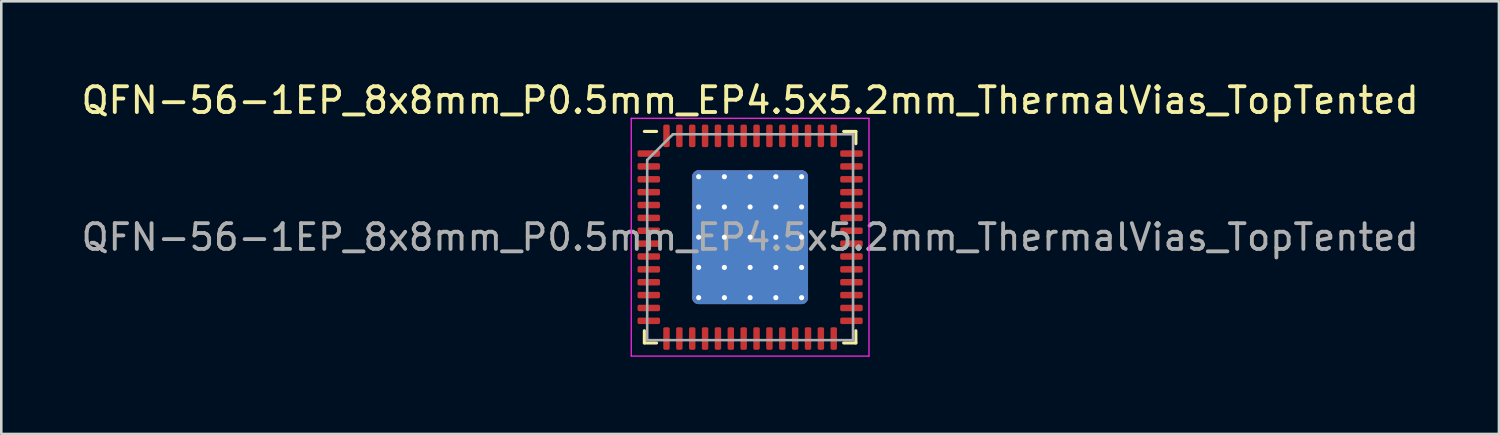
<source format=kicad_pcb>
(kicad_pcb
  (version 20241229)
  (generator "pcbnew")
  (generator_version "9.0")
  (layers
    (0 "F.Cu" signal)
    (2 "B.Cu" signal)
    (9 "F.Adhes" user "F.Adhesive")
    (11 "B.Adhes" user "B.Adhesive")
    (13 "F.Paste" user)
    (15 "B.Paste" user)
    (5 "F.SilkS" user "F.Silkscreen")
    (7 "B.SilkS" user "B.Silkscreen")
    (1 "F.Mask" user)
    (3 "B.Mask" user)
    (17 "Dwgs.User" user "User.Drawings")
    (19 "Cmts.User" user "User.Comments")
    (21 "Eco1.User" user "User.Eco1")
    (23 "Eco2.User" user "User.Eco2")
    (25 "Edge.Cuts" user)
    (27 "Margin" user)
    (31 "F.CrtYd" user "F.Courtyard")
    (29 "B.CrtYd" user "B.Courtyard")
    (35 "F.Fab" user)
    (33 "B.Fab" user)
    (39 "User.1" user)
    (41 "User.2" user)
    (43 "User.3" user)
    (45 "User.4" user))
  (footprint "QFN-56-1EP_8x8mm_P0.5mm_EP4.5x5.2mm_ThermalVias_TopTented"
    (layer "F.Cu")
    (at 26.101 6.168)
    (property "Reference" "QFN-56-1EP_8x8mm_P0.5mm_EP4.5x5.2mm_ThermalVias_TopTented" (at 0 -5.32 0) (layer "F.SilkS") (effects (font (size 1 1) (thickness 0.15))))
    (attr smd)
    (fp_line (start -4.11 4.11) (end -4.11 3.635) (stroke (width 0.12) (type solid)) (layer "F.SilkS"))
    (fp_line (start -3.635 -4.11) (end -4.11 -4.11) (stroke (width 0.12) (type solid)) (layer "F.SilkS"))
    (fp_line (start -3.635 4.11) (end -4.11 4.11) (stroke (width 0.12) (type solid)) (layer "F.SilkS"))
    (fp_line (start 3.635 -4.11) (end 4.11 -4.11) (stroke (width 0.12) (type solid)) (layer "F.SilkS"))
    (fp_line (start 3.635 4.11) (end 4.11 4.11) (stroke (width 0.12) (type solid)) (layer "F.SilkS"))
    (fp_line (start 4.11 -4.11) (end 4.11 -3.635) (stroke (width 0.12) (type solid)) (layer "F.SilkS"))
    (fp_line (start 4.11 4.11) (end 4.11 3.635) (stroke (width 0.12) (type solid)) (layer "F.SilkS"))
    (fp_line (start -4.62 -4.62) (end -4.62 4.62) (stroke (width 0.05) (type solid)) (layer "F.CrtYd"))
    (fp_line (start -4.62 4.62) (end 4.62 4.62) (stroke (width 0.05) (type solid)) (layer "F.CrtYd"))
    (fp_line (start 4.62 -4.62) (end -4.62 -4.62) (stroke (width 0.05) (type solid)) (layer "F.CrtYd"))
    (fp_line (start 4.62 4.62) (end 4.62 -4.62) (stroke (width 0.05) (type solid)) (layer "F.CrtYd"))
    (fp_line (start -4 -3) (end -3 -4) (stroke (width 0.1) (type solid)) (layer "F.Fab"))
    (fp_line (start -4 4) (end -4 -3) (stroke (width 0.1) (type solid)) (layer "F.Fab"))
    (fp_line (start -3 -4) (end 4 -4) (stroke (width 0.1) (type solid)) (layer "F.Fab"))
    (fp_line (start 4 -4) (end 4 4) (stroke (width 0.1) (type solid)) (layer "F.Fab"))
    (fp_line (start 4 4) (end -4 4) (stroke (width 0.1) (type solid)) (layer "F.Fab"))
    (fp_text user "${REFERENCE}" (at 0 0 0) (layer "F.Fab") (effects (font (size 1 1) (thickness 0.15))))
    (pad "" smd custom (at -1.5 -1.762) (size 0.776 0.776) (layers "F.Mask") (options (anchor circle)) (primitives (gr_poly (pts (xy -0.3 -0.838) (xy -0.3 -0.502) (xy 0.3 -0.502) (xy 0.3 -0.838)) (width 0) (fill yes)) (gr_poly (pts (xy -0.3 0.502) (xy -0.3 0.588) (xy 0.3 0.588) (xy 0.3 0.502)) (width 0) (fill yes)) (gr_poly (pts (xy -0.435 -0.367) (xy -0.3 -0.502) (xy 0.3 -0.502) (xy 0.435 -0.367) (xy 0.435 0.367) (xy 0.3 0.502) (xy -0.3 0.502) (xy -0.435 0.367)) (width 0) (fill yes)) (gr_poly (pts (xy -0.435 -0.367) (xy -0.75 -0.367) (xy -0.75 0.367) (xy -0.435 0.367)) (width 0) (fill yes)) (gr_poly (pts (xy 0.5 -0.367) (xy 0.435 -0.367) (xy 0.435 0.367) (xy 0.5 0.367)) (width 0) (fill yes))))
    (pad "" smd custom (at -1.5 -1.762) (size 0.776 0.776) (layers "F.Paste") (options (anchor circle)) (primitives (gr_poly (pts (xy -0.435 -0.357) (xy -0.29 -0.502) (xy 0.29 -0.502) (xy 0.435 -0.357) (xy 0.435 0.357) (xy 0.29 0.502) (xy -0.29 0.502) (xy -0.435 0.357)) (width 0) (fill yes))))
    (pad "" smd custom (at -1.5 -0.588) (size 0.776 0.776) (layers "F.Mask") (options (anchor circle)) (primitives (gr_poly (pts (xy -0.435 -0.367) (xy -0.75 -0.367) (xy -0.75 0.367) (xy -0.435 0.367)) (width 0) (fill yes)) (gr_poly (pts (xy -0.3 -0.588) (xy -0.3 -0.502) (xy 0.3 -0.502) (xy 0.3 -0.588)) (width 0) (fill yes)) (gr_poly (pts (xy -0.435 -0.367) (xy -0.3 -0.502) (xy 0.3 -0.502) (xy 0.435 -0.367) (xy 0.435 0.367) (xy 0.3 0.502) (xy -0.3 0.502) (xy -0.435 0.367)) (width 0) (fill yes)) (gr_poly (pts (xy -0.3 0.502) (xy -0.3 0.588) (xy 0.3 0.588) (xy 0.3 0.502)) (width 0) (fill yes)) (gr_poly (pts (xy 0.5 -0.367) (xy 0.435 -0.367) (xy 0.435 0.367) (xy 0.5 0.367)) (width 0) (fill yes))))
    (pad "" smd custom (at -1.5 -0.588) (size 0.776 0.776) (layers "F.Paste") (options (anchor circle)) (primitives (gr_poly (pts (xy -0.435 -0.357) (xy -0.29 -0.502) (xy 0.29 -0.502) (xy 0.435 -0.357) (xy 0.435 0.357) (xy 0.29 0.502) (xy -0.29 0.502) (xy -0.435 0.357)) (width 0) (fill yes))))
    (pad "" smd custom (at -1.5 0.588) (size 0.776 0.776) (layers "F.Mask") (options (anchor circle)) (primitives (gr_poly (pts (xy -0.435 -0.367) (xy -0.75 -0.367) (xy -0.75 0.367) (xy -0.435 0.367)) (width 0) (fill yes)) (gr_poly (pts (xy -0.3 -0.588) (xy -0.3 -0.502) (xy 0.3 -0.502) (xy 0.3 -0.588)) (width 0) (fill yes)) (gr_poly (pts (xy -0.435 -0.367) (xy -0.3 -0.502) (xy 0.3 -0.502) (xy 0.435 -0.367) (xy 0.435 0.367) (xy 0.3 0.502) (xy -0.3 0.502) (xy -0.435 0.367)) (width 0) (fill yes)) (gr_poly (pts (xy -0.3 0.502) (xy -0.3 0.588) (xy 0.3 0.588) (xy 0.3 0.502)) (width 0) (fill yes)) (gr_poly (pts (xy 0.5 -0.367) (xy 0.435 -0.367) (xy 0.435 0.367) (xy 0.5 0.367)) (width 0) (fill yes))))
    (pad "" smd custom (at -1.5 0.588) (size 0.776 0.776) (layers "F.Paste") (options (anchor circle)) (primitives (gr_poly (pts (xy -0.435 -0.357) (xy -0.29 -0.502) (xy 0.29 -0.502) (xy 0.435 -0.357) (xy 0.435 0.357) (xy 0.29 0.502) (xy -0.29 0.502) (xy -0.435 0.357)) (width 0) (fill yes))))
    (pad "" smd custom (at -1.5 1.762) (size 0.776 0.776) (layers "F.Mask") (options (anchor circle)) (primitives (gr_poly (pts (xy -0.3 0.502) (xy -0.3 0.838) (xy 0.3 0.838) (xy 0.3 0.502)) (width 0) (fill yes)) (gr_poly (pts (xy 0.5 -0.367) (xy 0.435 -0.367) (xy 0.435 0.367) (xy 0.5 0.367)) (width 0) (fill yes)) (gr_poly (pts (xy -0.435 -0.367) (xy -0.75 -0.367) (xy -0.75 0.367) (xy -0.435 0.367)) (width 0) (fill yes)) (gr_poly (pts (xy -0.435 -0.367) (xy -0.3 -0.502) (xy 0.3 -0.502) (xy 0.435 -0.367) (xy 0.435 0.367) (xy 0.3 0.502) (xy -0.3 0.502) (xy -0.435 0.367)) (width 0) (fill yes)) (gr_poly (pts (xy -0.3 -0.588) (xy -0.3 -0.502) (xy 0.3 -0.502) (xy 0.3 -0.588)) (width 0) (fill yes))))
    (pad "" smd custom (at -1.5 1.762) (size 0.776 0.776) (layers "F.Paste") (options (anchor circle)) (primitives (gr_poly (pts (xy -0.435 -0.357) (xy -0.29 -0.502) (xy 0.29 -0.502) (xy 0.435 -0.357) (xy 0.435 0.357) (xy 0.29 0.502) (xy -0.29 0.502) (xy -0.435 0.357)) (width 0) (fill yes))))
    (pad "" smd custom (at -0.5 -1.762) (size 0.776 0.776) (layers "F.Mask") (options (anchor circle)) (primitives (gr_poly (pts (xy 0.5 -0.367) (xy 0.435 -0.367) (xy 0.435 0.367) (xy 0.5 0.367)) (width 0) (fill yes)) (gr_poly (pts (xy -0.435 -0.367) (xy -0.3 -0.502) (xy 0.3 -0.502) (xy 0.435 -0.367) (xy 0.435 0.367) (xy 0.3 0.502) (xy -0.3 0.502) (xy -0.435 0.367)) (width 0) (fill yes)) (gr_poly (pts (xy -0.435 -0.367) (xy -0.5 -0.367) (xy -0.5 0.367) (xy -0.435 0.367)) (width 0) (fill yes)) (gr_poly (pts (xy -0.3 0.502) (xy -0.3 0.588) (xy 0.3 0.588) (xy 0.3 0.502)) (width 0) (fill yes)) (gr_poly (pts (xy -0.3 -0.838) (xy -0.3 -0.502) (xy 0.3 -0.502) (xy 0.3 -0.838)) (width 0) (fill yes))))
    (pad "" smd custom (at -0.5 -1.762) (size 0.776 0.776) (layers "F.Paste") (options (anchor circle)) (primitives (gr_poly (pts (xy -0.435 -0.357) (xy -0.29 -0.502) (xy 0.29 -0.502) (xy 0.435 -0.357) (xy 0.435 0.357) (xy 0.29 0.502) (xy -0.29 0.502) (xy -0.435 0.357)) (width 0) (fill yes))))
    (pad "" smd custom (at -0.5 -0.588) (size 0.776 0.776) (layers "F.Mask") (options (anchor circle)) (primitives (gr_poly (pts (xy -0.3 -0.588) (xy -0.3 -0.502) (xy 0.3 -0.502) (xy 0.3 -0.588)) (width 0) (fill yes)) (gr_poly (pts (xy -0.435 -0.367) (xy -0.3 -0.502) (xy 0.3 -0.502) (xy 0.435 -0.367) (xy 0.435 0.367) (xy 0.3 0.502) (xy -0.3 0.502) (xy -0.435 0.367)) (width 0) (fill yes)) (gr_poly (pts (xy -0.3 0.502) (xy -0.3 0.588) (xy 0.3 0.588) (xy 0.3 0.502)) (width 0) (fill yes)) (gr_poly (pts (xy -0.435 -0.367) (xy -0.5 -0.367) (xy -0.5 0.367) (xy -0.435 0.367)) (width 0) (fill yes)) (gr_poly (pts (xy 0.5 -0.367) (xy 0.435 -0.367) (xy 0.435 0.367) (xy 0.5 0.367)) (width 0) (fill yes))))
    (pad "" smd custom (at -0.5 -0.588) (size 0.776 0.776) (layers "F.Paste") (options (anchor circle)) (primitives (gr_poly (pts (xy -0.435 -0.357) (xy -0.29 -0.502) (xy 0.29 -0.502) (xy 0.435 -0.357) (xy 0.435 0.357) (xy 0.29 0.502) (xy -0.29 0.502) (xy -0.435 0.357)) (width 0) (fill yes))))
    (pad "" smd custom (at -0.5 0.588) (size 0.776 0.776) (layers "F.Mask") (options (anchor circle)) (primitives (gr_poly (pts (xy -0.3 -0.588) (xy -0.3 -0.502) (xy 0.3 -0.502) (xy 0.3 -0.588)) (width 0) (fill yes)) (gr_poly (pts (xy -0.435 -0.367) (xy -0.3 -0.502) (xy 0.3 -0.502) (xy 0.435 -0.367) (xy 0.435 0.367) (xy 0.3 0.502) (xy -0.3 0.502) (xy -0.435 0.367)) (width 0) (fill yes)) (gr_poly (pts (xy -0.3 0.502) (xy -0.3 0.588) (xy 0.3 0.588) (xy 0.3 0.502)) (width 0) (fill yes)) (gr_poly (pts (xy -0.435 -0.367) (xy -0.5 -0.367) (xy -0.5 0.367) (xy -0.435 0.367)) (width 0) (fill yes)) (gr_poly (pts (xy 0.5 -0.367) (xy 0.435 -0.367) (xy 0.435 0.367) (xy 0.5 0.367)) (width 0) (fill yes))))
    (pad "" smd custom (at -0.5 0.588) (size 0.776 0.776) (layers "F.Paste") (options (anchor circle)) (primitives (gr_poly (pts (xy -0.435 -0.357) (xy -0.29 -0.502) (xy 0.29 -0.502) (xy 0.435 -0.357) (xy 0.435 0.357) (xy 0.29 0.502) (xy -0.29 0.502) (xy -0.435 0.357)) (width 0) (fill yes))))
    (pad "" smd custom (at -0.5 1.762) (size 0.776 0.776) (layers "F.Mask") (options (anchor circle)) (primitives (gr_poly (pts (xy -0.3 -0.588) (xy -0.3 -0.502) (xy 0.3 -0.502) (xy 0.3 -0.588)) (width 0) (fill yes)) (gr_poly (pts (xy -0.3 0.502) (xy -0.3 0.838) (xy 0.3 0.838) (xy 0.3 0.502)) (width 0) (fill yes)) (gr_poly (pts (xy -0.435 -0.367) (xy -0.3 -0.502) (xy 0.3 -0.502) (xy 0.435 -0.367) (xy 0.435 0.367) (xy 0.3 0.502) (xy -0.3 0.502) (xy -0.435 0.367)) (width 0) (fill yes)) (gr_poly (pts (xy 0.5 -0.367) (xy 0.435 -0.367) (xy 0.435 0.367) (xy 0.5 0.367)) (width 0) (fill yes)) (gr_poly (pts (xy -0.435 -0.367) (xy -0.5 -0.367) (xy -0.5 0.367) (xy -0.435 0.367)) (width 0) (fill yes))))
    (pad "" smd custom (at -0.5 1.762) (size 0.776 0.776) (layers "F.Paste") (options (anchor circle)) (primitives (gr_poly (pts (xy -0.435 -0.357) (xy -0.29 -0.502) (xy 0.29 -0.502) (xy 0.435 -0.357) (xy 0.435 0.357) (xy 0.29 0.502) (xy -0.29 0.502) (xy -0.435 0.357)) (width 0) (fill yes))))
    (pad "" smd custom (at 0.5 -1.762) (size 0.776 0.776) (layers "F.Mask") (options (anchor circle)) (primitives (gr_poly (pts (xy 0.5 -0.367) (xy 0.435 -0.367) (xy 0.435 0.367) (xy 0.5 0.367)) (width 0) (fill yes)) (gr_poly (pts (xy -0.435 -0.367) (xy -0.3 -0.502) (xy 0.3 -0.502) (xy 0.435 -0.367) (xy 0.435 0.367) (xy 0.3 0.502) (xy -0.3 0.502) (xy -0.435 0.367)) (width 0) (fill yes)) (gr_poly (pts (xy -0.435 -0.367) (xy -0.5 -0.367) (xy -0.5 0.367) (xy -0.435 0.367)) (width 0) (fill yes)) (gr_poly (pts (xy -0.3 0.502) (xy -0.3 0.588) (xy 0.3 0.588) (xy 0.3 0.502)) (width 0) (fill yes)) (gr_poly (pts (xy -0.3 -0.838) (xy -0.3 -0.502) (xy 0.3 -0.502) (xy 0.3 -0.838)) (width 0) (fill yes))))
    (pad "" smd custom (at 0.5 -1.762) (size 0.776 0.776) (layers "F.Paste") (options (anchor circle)) (primitives (gr_poly (pts (xy -0.435 -0.357) (xy -0.29 -0.502) (xy 0.29 -0.502) (xy 0.435 -0.357) (xy 0.435 0.357) (xy 0.29 0.502) (xy -0.29 0.502) (xy -0.435 0.357)) (width 0) (fill yes))))
    (pad "" smd custom (at 0.5 -0.588) (size 0.776 0.776) (layers "F.Mask") (options (anchor circle)) (primitives (gr_poly (pts (xy -0.3 -0.588) (xy -0.3 -0.502) (xy 0.3 -0.502) (xy 0.3 -0.588)) (width 0) (fill yes)) (gr_poly (pts (xy -0.435 -0.367) (xy -0.3 -0.502) (xy 0.3 -0.502) (xy 0.435 -0.367) (xy 0.435 0.367) (xy 0.3 0.502) (xy -0.3 0.502) (xy -0.435 0.367)) (width 0) (fill yes)) (gr_poly (pts (xy -0.3 0.502) (xy -0.3 0.588) (xy 0.3 0.588) (xy 0.3 0.502)) (width 0) (fill yes)) (gr_poly (pts (xy -0.435 -0.367) (xy -0.5 -0.367) (xy -0.5 0.367) (xy -0.435 0.367)) (width 0) (fill yes)) (gr_poly (pts (xy 0.5 -0.367) (xy 0.435 -0.367) (xy 0.435 0.367) (xy 0.5 0.367)) (width 0) (fill yes))))
    (pad "" smd custom (at 0.5 -0.588) (size 0.776 0.776) (layers "F.Paste") (options (anchor circle)) (primitives (gr_poly (pts (xy -0.435 -0.357) (xy -0.29 -0.502) (xy 0.29 -0.502) (xy 0.435 -0.357) (xy 0.435 0.357) (xy 0.29 0.502) (xy -0.29 0.502) (xy -0.435 0.357)) (width 0) (fill yes))))
    (pad "" smd custom (at 0.5 0.588) (size 0.776 0.776) (layers "F.Mask") (options (anchor circle)) (primitives (gr_poly (pts (xy -0.3 -0.588) (xy -0.3 -0.502) (xy 0.3 -0.502) (xy 0.3 -0.588)) (width 0) (fill yes)) (gr_poly (pts (xy -0.435 -0.367) (xy -0.3 -0.502) (xy 0.3 -0.502) (xy 0.435 -0.367) (xy 0.435 0.367) (xy 0.3 0.502) (xy -0.3 0.502) (xy -0.435 0.367)) (width 0) (fill yes)) (gr_poly (pts (xy -0.3 0.502) (xy -0.3 0.588) (xy 0.3 0.588) (xy 0.3 0.502)) (width 0) (fill yes)) (gr_poly (pts (xy -0.435 -0.367) (xy -0.5 -0.367) (xy -0.5 0.367) (xy -0.435 0.367)) (width 0) (fill yes)) (gr_poly (pts (xy 0.5 -0.367) (xy 0.435 -0.367) (xy 0.435 0.367) (xy 0.5 0.367)) (width 0) (fill yes))))
    (pad "" smd custom (at 0.5 0.588) (size 0.776 0.776) (layers "F.Paste") (options (anchor circle)) (primitives (gr_poly (pts (xy -0.435 -0.357) (xy -0.29 -0.502) (xy 0.29 -0.502) (xy 0.435 -0.357) (xy 0.435 0.357) (xy 0.29 0.502) (xy -0.29 0.502) (xy -0.435 0.357)) (width 0) (fill yes))))
    (pad "" smd custom (at 0.5 1.762) (size 0.776 0.776) (layers "F.Mask") (options (anchor circle)) (primitives (gr_poly (pts (xy -0.3 -0.588) (xy -0.3 -0.502) (xy 0.3 -0.502) (xy 0.3 -0.588)) (width 0) (fill yes)) (gr_poly (pts (xy -0.3 0.502) (xy -0.3 0.838) (xy 0.3 0.838) (xy 0.3 0.502)) (width 0) (fill yes)) (gr_poly (pts (xy -0.435 -0.367) (xy -0.3 -0.502) (xy 0.3 -0.502) (xy 0.435 -0.367) (xy 0.435 0.367) (xy 0.3 0.502) (xy -0.3 0.502) (xy -0.435 0.367)) (width 0) (fill yes)) (gr_poly (pts (xy 0.5 -0.367) (xy 0.435 -0.367) (xy 0.435 0.367) (xy 0.5 0.367)) (width 0) (fill yes)) (gr_poly (pts (xy -0.435 -0.367) (xy -0.5 -0.367) (xy -0.5 0.367) (xy -0.435 0.367)) (width 0) (fill yes))))
    (pad "" smd custom (at 0.5 1.762) (size 0.776 0.776) (layers "F.Paste") (options (anchor circle)) (primitives (gr_poly (pts (xy -0.435 -0.357) (xy -0.29 -0.502) (xy 0.29 -0.502) (xy 0.435 -0.357) (xy 0.435 0.357) (xy 0.29 0.502) (xy -0.29 0.502) (xy -0.435 0.357)) (width 0) (fill yes))))
    (pad "" smd custom (at 1.5 -1.762) (size 0.776 0.776) (layers "F.Mask") (options (anchor circle)) (primitives (gr_poly (pts (xy -0.435 -0.367) (xy -0.5 -0.367) (xy -0.5 0.367) (xy -0.435 0.367)) (width 0) (fill yes)) (gr_poly (pts (xy 0.75 -0.367) (xy 0.435 -0.367) (xy 0.435 0.367) (xy 0.75 0.367)) (width 0) (fill yes)) (gr_poly (pts (xy -0.435 -0.367) (xy -0.3 -0.502) (xy 0.3 -0.502) (xy 0.435 -0.367) (xy 0.435 0.367) (xy 0.3 0.502) (xy -0.3 0.502) (xy -0.435 0.367)) (width 0) (fill yes)) (gr_poly (pts (xy -0.3 0.502) (xy -0.3 0.588) (xy 0.3 0.588) (xy 0.3 0.502)) (width 0) (fill yes)) (gr_poly (pts (xy -0.3 -0.838) (xy -0.3 -0.502) (xy 0.3 -0.502) (xy 0.3 -0.838)) (width 0) (fill yes))))
    (pad "" smd custom (at 1.5 -1.762) (size 0.776 0.776) (layers "F.Paste") (options (anchor circle)) (primitives (gr_poly (pts (xy -0.435 -0.357) (xy -0.29 -0.502) (xy 0.29 -0.502) (xy 0.435 -0.357) (xy 0.435 0.357) (xy 0.29 0.502) (xy -0.29 0.502) (xy -0.435 0.357)) (width 0) (fill yes))))
    (pad "" smd custom (at 1.5 -0.588) (size 0.776 0.776) (layers "F.Mask") (options (anchor circle)) (primitives (gr_poly (pts (xy 0.75 -0.367) (xy 0.435 -0.367) (xy 0.435 0.367) (xy 0.75 0.367)) (width 0) (fill yes)) (gr_poly (pts (xy -0.435 -0.367) (xy -0.5 -0.367) (xy -0.5 0.367) (xy -0.435 0.367)) (width 0) (fill yes)) (gr_poly (pts (xy -0.435 -0.367) (xy -0.3 -0.502) (xy 0.3 -0.502) (xy 0.435 -0.367) (xy 0.435 0.367) (xy 0.3 0.502) (xy -0.3 0.502) (xy -0.435 0.367)) (width 0) (fill yes)) (gr_poly (pts (xy -0.3 0.502) (xy -0.3 0.588) (xy 0.3 0.588) (xy 0.3 0.502)) (width 0) (fill yes)) (gr_poly (pts (xy -0.3 -0.588) (xy -0.3 -0.502) (xy 0.3 -0.502) (xy 0.3 -0.588)) (width 0) (fill yes))))
    (pad "" smd custom (at 1.5 -0.588) (size 0.776 0.776) (layers "F.Paste") (options (anchor circle)) (primitives (gr_poly (pts (xy -0.435 -0.357) (xy -0.29 -0.502) (xy 0.29 -0.502) (xy 0.435 -0.357) (xy 0.435 0.357) (xy 0.29 0.502) (xy -0.29 0.502) (xy -0.435 0.357)) (width 0) (fill yes))))
    (pad "" smd custom (at 1.5 0.588) (size 0.776 0.776) (layers "F.Mask") (options (anchor circle)) (primitives (gr_poly (pts (xy 0.75 -0.367) (xy 0.435 -0.367) (xy 0.435 0.367) (xy 0.75 0.367)) (width 0) (fill yes)) (gr_poly (pts (xy -0.435 -0.367) (xy -0.5 -0.367) (xy -0.5 0.367) (xy -0.435 0.367)) (width 0) (fill yes)) (gr_poly (pts (xy -0.435 -0.367) (xy -0.3 -0.502) (xy 0.3 -0.502) (xy 0.435 -0.367) (xy 0.435 0.367) (xy 0.3 0.502) (xy -0.3 0.502) (xy -0.435 0.367)) (width 0) (fill yes)) (gr_poly (pts (xy -0.3 0.502) (xy -0.3 0.588) (xy 0.3 0.588) (xy 0.3 0.502)) (width 0) (fill yes)) (gr_poly (pts (xy -0.3 -0.588) (xy -0.3 -0.502) (xy 0.3 -0.502) (xy 0.3 -0.588)) (width 0) (fill yes))))
    (pad "" smd custom (at 1.5 0.588) (size 0.776 0.776) (layers "F.Paste") (options (anchor circle)) (primitives (gr_poly (pts (xy -0.435 -0.357) (xy -0.29 -0.502) (xy 0.29 -0.502) (xy 0.435 -0.357) (xy 0.435 0.357) (xy 0.29 0.502) (xy -0.29 0.502) (xy -0.435 0.357)) (width 0) (fill yes))))
    (pad "" smd custom (at 1.5 1.762) (size 0.776 0.776) (layers "F.Mask") (options (anchor circle)) (primitives (gr_poly (pts (xy -0.3 -0.588) (xy -0.3 -0.502) (xy 0.3 -0.502) (xy 0.3 -0.588)) (width 0) (fill yes)) (gr_poly (pts (xy 0.75 -0.367) (xy 0.435 -0.367) (xy 0.435 0.367) (xy 0.75 0.367)) (width 0) (fill yes)) (gr_poly (pts (xy -0.435 -0.367) (xy -0.3 -0.502) (xy 0.3 -0.502) (xy 0.435 -0.367) (xy 0.435 0.367) (xy 0.3 0.502) (xy -0.3 0.502) (xy -0.435 0.367)) (width 0) (fill yes)) (gr_poly (pts (xy -0.3 0.502) (xy -0.3 0.838) (xy 0.3 0.838) (xy 0.3 0.502)) (width 0) (fill yes)) (gr_poly (pts (xy -0.435 -0.367) (xy -0.5 -0.367) (xy -0.5 0.367) (xy -0.435 0.367)) (width 0) (fill yes))))
    (pad "" smd custom (at 1.5 1.762) (size 0.776 0.776) (layers "F.Paste") (options (anchor circle)) (primitives (gr_poly (pts (xy -0.435 -0.357) (xy -0.29 -0.502) (xy 0.29 -0.502) (xy 0.435 -0.357) (xy 0.435 0.357) (xy 0.29 0.502) (xy -0.29 0.502) (xy -0.435 0.357)) (width 0) (fill yes))))
    (pad "1" smd roundrect (at -3.938 -3.25) (size 0.875 0.25) (layers "F.Cu" "F.Mask" "F.Paste") (roundrect_rratio 0.25))
    (pad "2" smd roundrect (at -3.938 -2.75) (size 0.875 0.25) (layers "F.Cu" "F.Mask" "F.Paste") (roundrect_rratio 0.25))
    (pad "3" smd roundrect (at -3.938 -2.25) (size 0.875 0.25) (layers "F.Cu" "F.Mask" "F.Paste") (roundrect_rratio 0.25))
    (pad "4" smd roundrect (at -3.938 -1.75) (size 0.875 0.25) (layers "F.Cu" "F.Mask" "F.Paste") (roundrect_rratio 0.25))
    (pad "5" smd roundrect (at -3.938 -1.25) (size 0.875 0.25) (layers "F.Cu" "F.Mask" "F.Paste") (roundrect_rratio 0.25))
    (pad "6" smd roundrect (at -3.938 -0.75) (size 0.875 0.25) (layers "F.Cu" "F.Mask" "F.Paste") (roundrect_rratio 0.25))
    (pad "7" smd roundrect (at -3.938 -0.25) (size 0.875 0.25) (layers "F.Cu" "F.Mask" "F.Paste") (roundrect_rratio 0.25))
    (pad "8" smd roundrect (at -3.938 0.25) (size 0.875 0.25) (layers "F.Cu" "F.Mask" "F.Paste") (roundrect_rratio 0.25))
    (pad "9" smd roundrect (at -3.938 0.75) (size 0.875 0.25) (layers "F.Cu" "F.Mask" "F.Paste") (roundrect_rratio 0.25))
    (pad "10" smd roundrect (at -3.938 1.25) (size 0.875 0.25) (layers "F.Cu" "F.Mask" "F.Paste") (roundrect_rratio 0.25))
    (pad "11" smd roundrect (at -3.938 1.75) (size 0.875 0.25) (layers "F.Cu" "F.Mask" "F.Paste") (roundrect_rratio 0.25))
    (pad "12" smd roundrect (at -3.938 2.25) (size 0.875 0.25) (layers "F.Cu" "F.Mask" "F.Paste") (roundrect_rratio 0.25))
    (pad "13" smd roundrect (at -3.938 2.75) (size 0.875 0.25) (layers "F.Cu" "F.Mask" "F.Paste") (roundrect_rratio 0.25))
    (pad "14" smd roundrect (at -3.938 3.25) (size 0.875 0.25) (layers "F.Cu" "F.Mask" "F.Paste") (roundrect_rratio 0.25))
    (pad "15" smd roundrect (at -3.25 3.938) (size 0.25 0.875) (layers "F.Cu" "F.Mask" "F.Paste") (roundrect_rratio 0.25))
    (pad "16" smd roundrect (at -2.75 3.938) (size 0.25 0.875) (layers "F.Cu" "F.Mask" "F.Paste") (roundrect_rratio 0.25))
    (pad "17" smd roundrect (at -2.25 3.938) (size 0.25 0.875) (layers "F.Cu" "F.Mask" "F.Paste") (roundrect_rratio 0.25))
    (pad "18" smd roundrect (at -1.75 3.938) (size 0.25 0.875) (layers "F.Cu" "F.Mask" "F.Paste") (roundrect_rratio 0.25))
    (pad "19" smd roundrect (at -1.25 3.938) (size 0.25 0.875) (layers "F.Cu" "F.Mask" "F.Paste") (roundrect_rratio 0.25))
    (pad "20" smd roundrect (at -0.75 3.938) (size 0.25 0.875) (layers "F.Cu" "F.Mask" "F.Paste") (roundrect_rratio 0.25))
    (pad "21" smd roundrect (at -0.25 3.938) (size 0.25 0.875) (layers "F.Cu" "F.Mask" "F.Paste") (roundrect_rratio 0.25))
    (pad "22" smd roundrect (at 0.25 3.938) (size 0.25 0.875) (layers "F.Cu" "F.Mask" "F.Paste") (roundrect_rratio 0.25))
    (pad "23" smd roundrect (at 0.75 3.938) (size 0.25 0.875) (layers "F.Cu" "F.Mask" "F.Paste") (roundrect_rratio 0.25))
    (pad "24" smd roundrect (at 1.25 3.938) (size 0.25 0.875) (layers "F.Cu" "F.Mask" "F.Paste") (roundrect_rratio 0.25))
    (pad "25" smd roundrect (at 1.75 3.938) (size 0.25 0.875) (layers "F.Cu" "F.Mask" "F.Paste") (roundrect_rratio 0.25))
    (pad "26" smd roundrect (at 2.25 3.938) (size 0.25 0.875) (layers "F.Cu" "F.Mask" "F.Paste") (roundrect_rratio 0.25))
    (pad "27" smd roundrect (at 2.75 3.938) (size 0.25 0.875) (layers "F.Cu" "F.Mask" "F.Paste") (roundrect_rratio 0.25))
    (pad "28" smd roundrect (at 3.25 3.938) (size 0.25 0.875) (layers "F.Cu" "F.Mask" "F.Paste") (roundrect_rratio 0.25))
    (pad "29" smd roundrect (at 3.938 3.25) (size 0.875 0.25) (layers "F.Cu" "F.Mask" "F.Paste") (roundrect_rratio 0.25))
    (pad "30" smd roundrect (at 3.938 2.75) (size 0.875 0.25) (layers "F.Cu" "F.Mask" "F.Paste") (roundrect_rratio 0.25))
    (pad "31" smd roundrect (at 3.938 2.25) (size 0.875 0.25) (layers "F.Cu" "F.Mask" "F.Paste") (roundrect_rratio 0.25))
    (pad "32" smd roundrect (at 3.938 1.75) (size 0.875 0.25) (layers "F.Cu" "F.Mask" "F.Paste") (roundrect_rratio 0.25))
    (pad "33" smd roundrect (at 3.938 1.25) (size 0.875 0.25) (layers "F.Cu" "F.Mask" "F.Paste") (roundrect_rratio 0.25))
    (pad "34" smd roundrect (at 3.938 0.75) (size 0.875 0.25) (layers "F.Cu" "F.Mask" "F.Paste") (roundrect_rratio 0.25))
    (pad "35" smd roundrect (at 3.938 0.25) (size 0.875 0.25) (layers "F.Cu" "F.Mask" "F.Paste") (roundrect_rratio 0.25))
    (pad "36" smd roundrect (at 3.938 -0.25) (size 0.875 0.25) (layers "F.Cu" "F.Mask" "F.Paste") (roundrect_rratio 0.25))
    (pad "37" smd roundrect (at 3.938 -0.75) (size 0.875 0.25) (layers "F.Cu" "F.Mask" "F.Paste") (roundrect_rratio 0.25))
    (pad "38" smd roundrect (at 3.938 -1.25) (size 0.875 0.25) (layers "F.Cu" "F.Mask" "F.Paste") (roundrect_rratio 0.25))
    (pad "39" smd roundrect (at 3.938 -1.75) (size 0.875 0.25) (layers "F.Cu" "F.Mask" "F.Paste") (roundrect_rratio 0.25))
    (pad "40" smd roundrect (at 3.938 -2.25) (size 0.875 0.25) (layers "F.Cu" "F.Mask" "F.Paste") (roundrect_rratio 0.25))
    (pad "41" smd roundrect (at 3.938 -2.75) (size 0.875 0.25) (layers "F.Cu" "F.Mask" "F.Paste") (roundrect_rratio 0.25))
    (pad "42" smd roundrect (at 3.938 -3.25) (size 0.875 0.25) (layers "F.Cu" "F.Mask" "F.Paste") (roundrect_rratio 0.25))
    (pad "43" smd roundrect (at 3.25 -3.938) (size 0.25 0.875) (layers "F.Cu" "F.Mask" "F.Paste") (roundrect_rratio 0.25))
    (pad "44" smd roundrect (at 2.75 -3.938) (size 0.25 0.875) (layers "F.Cu" "F.Mask" "F.Paste") (roundrect_rratio 0.25))
    (pad "45" smd roundrect (at 2.25 -3.938) (size 0.25 0.875) (layers "F.Cu" "F.Mask" "F.Paste") (roundrect_rratio 0.25))
    (pad "46" smd roundrect (at 1.75 -3.938) (size 0.25 0.875) (layers "F.Cu" "F.Mask" "F.Paste") (roundrect_rratio 0.25))
    (pad "47" smd roundrect (at 1.25 -3.938) (size 0.25 0.875) (layers "F.Cu" "F.Mask" "F.Paste") (roundrect_rratio 0.25))
    (pad "48" smd roundrect (at 0.75 -3.938) (size 0.25 0.875) (layers "F.Cu" "F.Mask" "F.Paste") (roundrect_rratio 0.25))
    (pad "49" smd roundrect (at 0.25 -3.938) (size 0.25 0.875) (layers "F.Cu" "F.Mask" "F.Paste") (roundrect_rratio 0.25))
    (pad "50" smd roundrect (at -0.25 -3.938) (size 0.25 0.875) (layers "F.Cu" "F.Mask" "F.Paste") (roundrect_rratio 0.25))
    (pad "51" smd roundrect (at -0.75 -3.938) (size 0.25 0.875) (layers "F.Cu" "F.Mask" "F.Paste") (roundrect_rratio 0.25))
    (pad "52" smd roundrect (at -1.25 -3.938) (size 0.25 0.875) (layers "F.Cu" "F.Mask" "F.Paste") (roundrect_rratio 0.25))
    (pad "53" smd roundrect (at -1.75 -3.938) (size 0.25 0.875) (layers "F.Cu" "F.Mask" "F.Paste") (roundrect_rratio 0.25))
    (pad "54" smd roundrect (at -2.25 -3.938) (size 0.25 0.875) (layers "F.Cu" "F.Mask" "F.Paste") (roundrect_rratio 0.25))
    (pad "55" smd roundrect (at -2.75 -3.938) (size 0.25 0.875) (layers "F.Cu" "F.Mask" "F.Paste") (roundrect_rratio 0.25))
    (pad "56" smd roundrect (at -3.25 -3.938) (size 0.25 0.875) (layers "F.Cu" "F.Mask" "F.Paste") (roundrect_rratio 0.25))
    (pad "57" thru_hole circle (at -2 -2.35) (size 0.5 0.5) (drill 0.2) (layers "*.Cu"))
    (pad "57" thru_hole circle (at -2 -1.175) (size 0.5 0.5) (drill 0.2) (layers "*.Cu"))
    (pad "57" thru_hole circle (at -2 0) (size 0.5 0.5) (drill 0.2) (layers "*.Cu"))
    (pad "57" thru_hole circle (at -2 1.175) (size 0.5 0.5) (drill 0.2) (layers "*.Cu"))
    (pad "57" thru_hole circle (at -2 2.35) (size 0.5 0.5) (drill 0.2) (layers "*.Cu"))
    (pad "57" thru_hole circle (at -1 -2.35) (size 0.5 0.5) (drill 0.2) (layers "*.Cu"))
    (pad "57" thru_hole circle (at -1 -1.175) (size 0.5 0.5) (drill 0.2) (layers "*.Cu"))
    (pad "57" thru_hole circle (at -1 0) (size 0.5 0.5) (drill 0.2) (layers "*.Cu"))
    (pad "57" thru_hole circle (at -1 1.175) (size 0.5 0.5) (drill 0.2) (layers "*.Cu"))
    (pad "57" thru_hole circle (at -1 2.35) (size 0.5 0.5) (drill 0.2) (layers "*.Cu"))
    (pad "57" thru_hole circle (at 0 -2.35) (size 0.5 0.5) (drill 0.2) (layers "*.Cu"))
    (pad "57" thru_hole circle (at 0 -1.175) (size 0.5 0.5) (drill 0.2) (layers "*.Cu"))
    (pad "57" thru_hole circle (at 0 0) (size 0.5 0.5) (drill 0.2) (layers "*.Cu"))
    (pad "57" smd roundrect (at 0 0) (size 4.5 5.2) (layers "F.Cu") (roundrect_rratio 0.056))
    (pad "57" smd roundrect (at 0 0) (size 4.5 5.2) (layers "B.Cu") (roundrect_rratio 0.056))
    (pad "57" thru_hole circle (at 0 1.175) (size 0.5 0.5) (drill 0.2) (layers "*.Cu"))
    (pad "57" thru_hole circle (at 0 2.35) (size 0.5 0.5) (drill 0.2) (layers "*.Cu"))
    (pad "57" thru_hole circle (at 1 -2.35) (size 0.5 0.5) (drill 0.2) (layers "*.Cu"))
    (pad "57" thru_hole circle (at 1 -1.175) (size 0.5 0.5) (drill 0.2) (layers "*.Cu"))
    (pad "57" thru_hole circle (at 1 0) (size 0.5 0.5) (drill 0.2) (layers "*.Cu"))
    (pad "57" thru_hole circle (at 1 1.175) (size 0.5 0.5) (drill 0.2) (layers "*.Cu"))
    (pad "57" thru_hole circle (at 1 2.35) (size 0.5 0.5) (drill 0.2) (layers "*.Cu"))
    (pad "57" thru_hole circle (at 2 -2.35) (size 0.5 0.5) (drill 0.2) (layers "*.Cu"))
    (pad "57" thru_hole circle (at 2 -1.175) (size 0.5 0.5) (drill 0.2) (layers "*.Cu"))
    (pad "57" thru_hole circle (at 2 0) (size 0.5 0.5) (drill 0.2) (layers "*.Cu"))
    (pad "57" thru_hole circle (at 2 1.175) (size 0.5 0.5) (drill 0.2) (layers "*.Cu"))
    (pad "57" thru_hole circle (at 2 2.35) (size 0.5 0.5) (drill 0.2) (layers "*.Cu")))
  (gr_rect
    (start -3 -3)
    (end 55.202 13.813)
    (stroke (width 0.1) (type default))
    (fill no)
    (layer "Edge.Cuts")))
</source>
